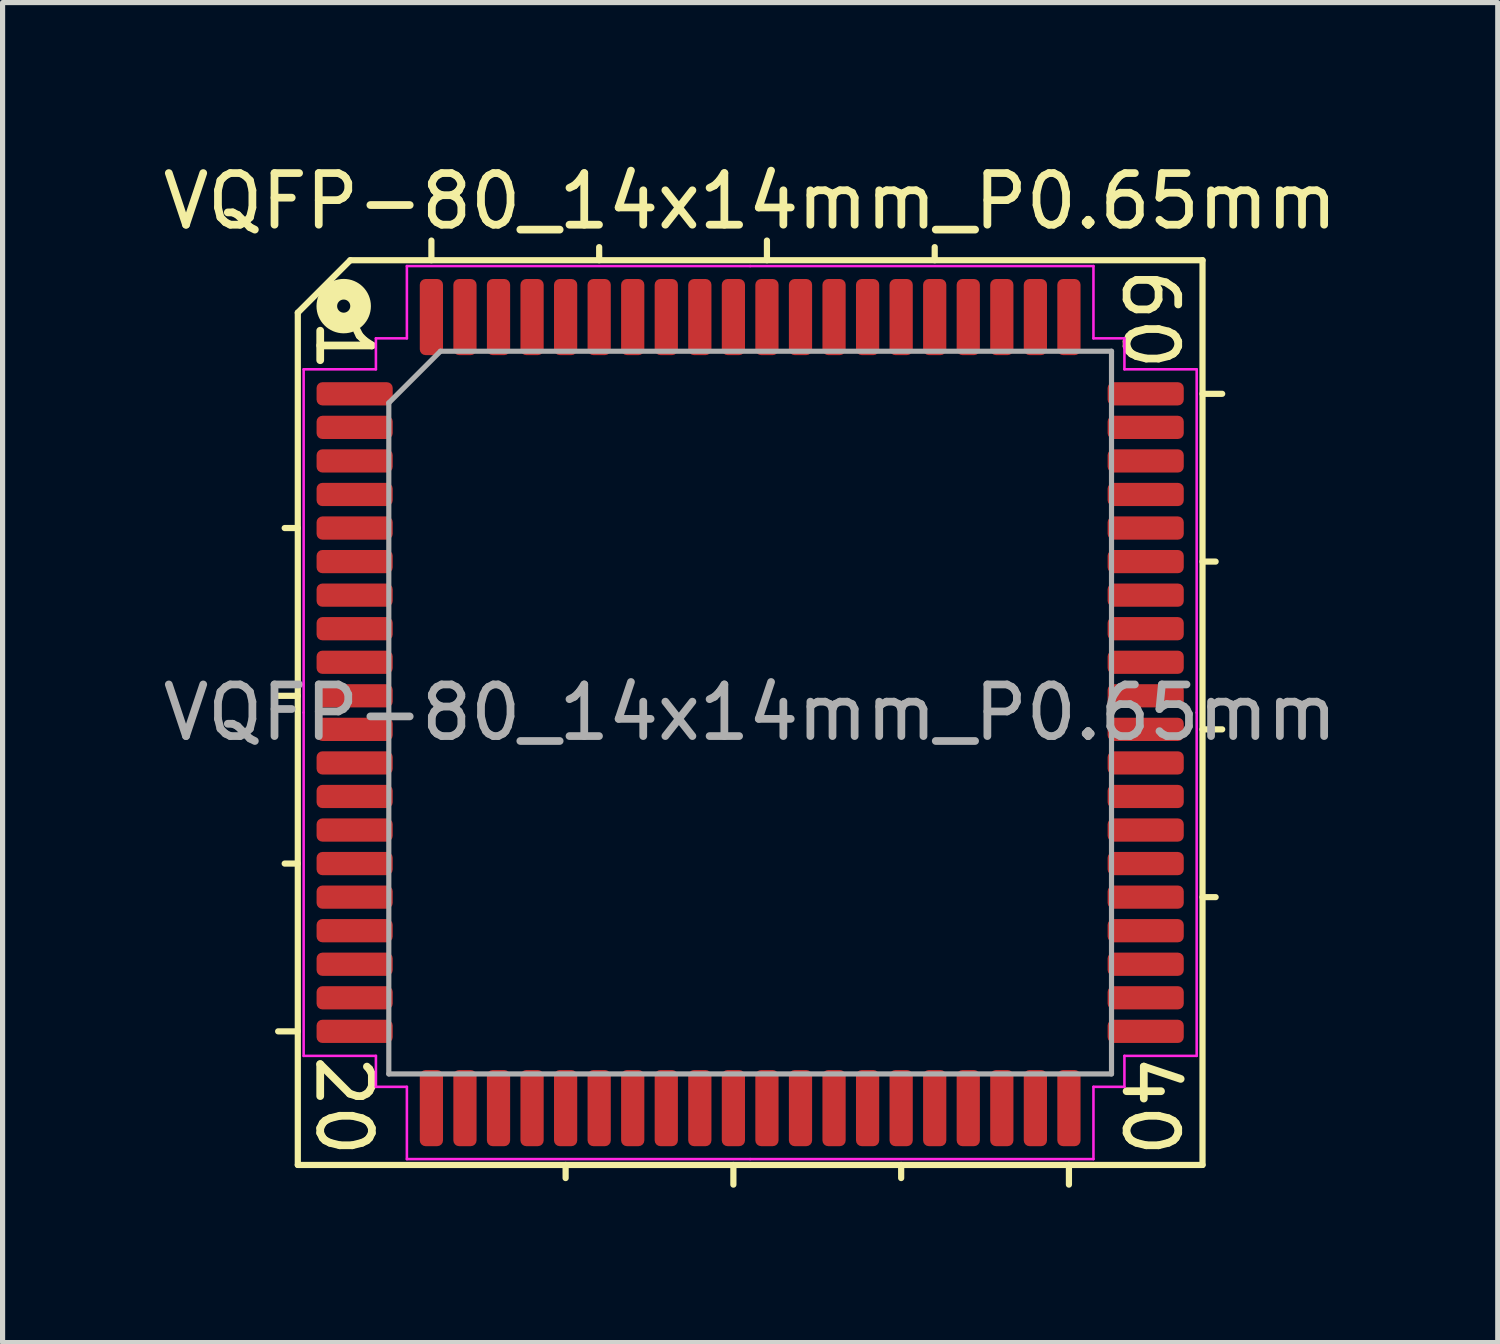
<source format=kicad_pcb>
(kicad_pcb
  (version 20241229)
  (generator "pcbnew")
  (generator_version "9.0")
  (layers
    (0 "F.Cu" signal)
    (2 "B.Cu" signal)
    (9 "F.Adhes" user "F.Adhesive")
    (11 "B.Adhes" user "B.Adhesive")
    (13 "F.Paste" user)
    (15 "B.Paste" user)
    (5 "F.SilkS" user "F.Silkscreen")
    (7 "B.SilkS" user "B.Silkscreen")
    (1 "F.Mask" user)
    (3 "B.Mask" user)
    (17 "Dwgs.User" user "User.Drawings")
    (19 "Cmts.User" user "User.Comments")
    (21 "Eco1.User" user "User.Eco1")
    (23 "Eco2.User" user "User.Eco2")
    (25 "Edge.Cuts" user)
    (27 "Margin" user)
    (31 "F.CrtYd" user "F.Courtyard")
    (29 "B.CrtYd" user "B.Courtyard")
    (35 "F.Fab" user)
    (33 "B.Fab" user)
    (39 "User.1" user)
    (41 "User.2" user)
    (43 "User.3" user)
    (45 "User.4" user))
  (footprint "VQFP-80_14x14mm_P0.65mm"
    (layer "F.Cu")
    (at 11.482 10.754)
    (property "Reference" "VQFP-80_14x14mm_P0.65mm" (at 0 -9.906 0) (layer "F.SilkS") (effects (font (size 1 1) (thickness 0.15))))
    (attr smd)
    (fp_line (start -8.763 -7.747) (end -8.763 8.763) (stroke (width 0.12) (type solid)) (layer "F.SilkS"))
    (fp_line (start -8.763 -3.575) (end -9.017 -3.575) (stroke (width 0.12) (type solid)) (layer "F.SilkS"))
    (fp_line (start -8.763 -0.325) (end -9.144 -0.325) (stroke (width 0.12) (type solid)) (layer "F.SilkS"))
    (fp_line (start -8.763 2.925) (end -9.017 2.925) (stroke (width 0.12) (type solid)) (layer "F.SilkS"))
    (fp_line (start -8.763 6.175) (end -9.144 6.175) (stroke (width 0.12) (type solid)) (layer "F.SilkS"))
    (fp_line (start -8.763 8.763) (end 8.763 8.763) (stroke (width 0.12) (type solid)) (layer "F.SilkS"))
    (fp_line (start -7.747 -8.763) (end -8.763 -7.747) (stroke (width 0.12) (type solid)) (layer "F.SilkS"))
    (fp_line (start -6.175 -8.763) (end -6.175 -9.144) (stroke (width 0.12) (type solid)) (layer "F.SilkS"))
    (fp_line (start -3.575 8.763) (end -3.575 9.017) (stroke (width 0.12) (type solid)) (layer "F.SilkS"))
    (fp_line (start -2.925 -8.763) (end -2.925 -9.017) (stroke (width 0.12) (type solid)) (layer "F.SilkS"))
    (fp_line (start -0.325 8.763) (end -0.325 9.144) (stroke (width 0.12) (type solid)) (layer "F.SilkS"))
    (fp_line (start 0.325 -8.763) (end 0.325 -9.144) (stroke (width 0.12) (type solid)) (layer "F.SilkS"))
    (fp_line (start 2.925 8.763) (end 2.925 9.017) (stroke (width 0.12) (type solid)) (layer "F.SilkS"))
    (fp_line (start 3.575 -8.763) (end 3.575 -9.017) (stroke (width 0.12) (type solid)) (layer "F.SilkS"))
    (fp_line (start 6.175 8.763) (end 6.175 9.144) (stroke (width 0.12) (type solid)) (layer "F.SilkS"))
    (fp_line (start 8.763 -8.763) (end -7.747 -8.763) (stroke (width 0.12) (type solid)) (layer "F.SilkS"))
    (fp_line (start 8.763 -6.175) (end 9.144 -6.175) (stroke (width 0.12) (type solid)) (layer "F.SilkS"))
    (fp_line (start 8.763 -2.925) (end 9.017 -2.925) (stroke (width 0.12) (type solid)) (layer "F.SilkS"))
    (fp_line (start 8.763 0.325) (end 9.144 0.325) (stroke (width 0.12) (type solid)) (layer "F.SilkS"))
    (fp_line (start 8.763 3.575) (end 9.017 3.575) (stroke (width 0.12) (type solid)) (layer "F.SilkS"))
    (fp_line (start 8.763 8.763) (end 8.763 -8.763) (stroke (width 0.12) (type solid)) (layer "F.SilkS"))
    (fp_circle (center -7.874 -7.874) (end -7.747 -7.874) (stroke (width 0.4) (type solid)) (fill no) (layer "F.SilkS"))
    (fp_line (start -8.65 -6.65) (end -8.65 0) (stroke (width 0.05) (type solid)) (layer "F.CrtYd"))
    (fp_line (start -8.65 6.65) (end -8.65 0) (stroke (width 0.05) (type solid)) (layer "F.CrtYd"))
    (fp_line (start -7.25 -7.25) (end -7.25 -6.65) (stroke (width 0.05) (type solid)) (layer "F.CrtYd"))
    (fp_line (start -7.25 -6.65) (end -8.65 -6.65) (stroke (width 0.05) (type solid)) (layer "F.CrtYd"))
    (fp_line (start -7.25 6.65) (end -8.65 6.65) (stroke (width 0.05) (type solid)) (layer "F.CrtYd"))
    (fp_line (start -7.25 7.25) (end -7.25 6.65) (stroke (width 0.05) (type solid)) (layer "F.CrtYd"))
    (fp_line (start -6.65 -8.65) (end -6.65 -7.25) (stroke (width 0.05) (type solid)) (layer "F.CrtYd"))
    (fp_line (start -6.65 -7.25) (end -7.25 -7.25) (stroke (width 0.05) (type solid)) (layer "F.CrtYd"))
    (fp_line (start -6.65 7.25) (end -7.25 7.25) (stroke (width 0.05) (type solid)) (layer "F.CrtYd"))
    (fp_line (start -6.65 8.65) (end -6.65 7.25) (stroke (width 0.05) (type solid)) (layer "F.CrtYd"))
    (fp_line (start 0 -8.65) (end -6.65 -8.65) (stroke (width 0.05) (type solid)) (layer "F.CrtYd"))
    (fp_line (start 0 -8.65) (end 6.65 -8.65) (stroke (width 0.05) (type solid)) (layer "F.CrtYd"))
    (fp_line (start 0 8.65) (end -6.65 8.65) (stroke (width 0.05) (type solid)) (layer "F.CrtYd"))
    (fp_line (start 0 8.65) (end 6.65 8.65) (stroke (width 0.05) (type solid)) (layer "F.CrtYd"))
    (fp_line (start 6.65 -8.65) (end 6.65 -7.25) (stroke (width 0.05) (type solid)) (layer "F.CrtYd"))
    (fp_line (start 6.65 -7.25) (end 7.25 -7.25) (stroke (width 0.05) (type solid)) (layer "F.CrtYd"))
    (fp_line (start 6.65 7.25) (end 7.25 7.25) (stroke (width 0.05) (type solid)) (layer "F.CrtYd"))
    (fp_line (start 6.65 8.65) (end 6.65 7.25) (stroke (width 0.05) (type solid)) (layer "F.CrtYd"))
    (fp_line (start 7.25 -7.25) (end 7.25 -6.65) (stroke (width 0.05) (type solid)) (layer "F.CrtYd"))
    (fp_line (start 7.25 -6.65) (end 8.65 -6.65) (stroke (width 0.05) (type solid)) (layer "F.CrtYd"))
    (fp_line (start 7.25 6.65) (end 8.65 6.65) (stroke (width 0.05) (type solid)) (layer "F.CrtYd"))
    (fp_line (start 7.25 7.25) (end 7.25 6.65) (stroke (width 0.05) (type solid)) (layer "F.CrtYd"))
    (fp_line (start 8.65 -6.65) (end 8.65 0) (stroke (width 0.05) (type solid)) (layer "F.CrtYd"))
    (fp_line (start 8.65 6.65) (end 8.65 0) (stroke (width 0.05) (type solid)) (layer "F.CrtYd"))
    (fp_line (start -7 -6) (end -6 -7) (stroke (width 0.1) (type solid)) (layer "F.Fab"))
    (fp_line (start -7 7) (end -7 -6) (stroke (width 0.1) (type solid)) (layer "F.Fab"))
    (fp_line (start -6 -7) (end 7 -7) (stroke (width 0.1) (type solid)) (layer "F.Fab"))
    (fp_line (start 7 -7) (end 7 7) (stroke (width 0.1) (type solid)) (layer "F.Fab"))
    (fp_line (start 7 7) (end -7 7) (stroke (width 0.1) (type solid)) (layer "F.Fab"))
    (fp_text user "20" (at -7.874 7.62 270) (unlocked yes) (layer "F.SilkS") (effects (font (size 1 1) (thickness 0.15))))
    (fp_text user "1" (at -7.874 -7.112 270) (unlocked yes) (layer "F.SilkS") (effects (font (size 1 1) (thickness 0.15))))
    (fp_text user "60" (at 7.747 -7.62 270) (unlocked yes) (layer "F.SilkS") (effects (font (size 1 1) (thickness 0.15))))
    (fp_text user "40" (at 7.747 7.62 270) (unlocked yes) (layer "F.SilkS") (effects (font (size 1 1) (thickness 0.15))))
    (fp_text user "${REFERENCE}" (at 0 0 0) (layer "F.Fab") (effects (font (size 1 1) (thickness 0.15))))
    (pad "1" smd roundrect (at -7.662 -6.175) (size 1.475 0.45) (layers "F.Cu" "F.Mask" "F.Paste") (roundrect_rratio 0.25))
    (pad "2" smd roundrect (at -7.662 -5.525) (size 1.475 0.45) (layers "F.Cu" "F.Mask" "F.Paste") (roundrect_rratio 0.25))
    (pad "3" smd roundrect (at -7.662 -4.875) (size 1.475 0.45) (layers "F.Cu" "F.Mask" "F.Paste") (roundrect_rratio 0.25))
    (pad "4" smd roundrect (at -7.662 -4.225) (size 1.475 0.45) (layers "F.Cu" "F.Mask" "F.Paste") (roundrect_rratio 0.25))
    (pad "5" smd roundrect (at -7.662 -3.575) (size 1.475 0.45) (layers "F.Cu" "F.Mask" "F.Paste") (roundrect_rratio 0.25))
    (pad "6" smd roundrect (at -7.662 -2.925) (size 1.475 0.45) (layers "F.Cu" "F.Mask" "F.Paste") (roundrect_rratio 0.25))
    (pad "7" smd roundrect (at -7.662 -2.275) (size 1.475 0.45) (layers "F.Cu" "F.Mask" "F.Paste") (roundrect_rratio 0.25))
    (pad "8" smd roundrect (at -7.662 -1.625) (size 1.475 0.45) (layers "F.Cu" "F.Mask" "F.Paste") (roundrect_rratio 0.25))
    (pad "9" smd roundrect (at -7.662 -0.975) (size 1.475 0.45) (layers "F.Cu" "F.Mask" "F.Paste") (roundrect_rratio 0.25))
    (pad "10" smd roundrect (at -7.662 -0.325) (size 1.475 0.45) (layers "F.Cu" "F.Mask" "F.Paste") (roundrect_rratio 0.25))
    (pad "11" smd roundrect (at -7.662 0.325) (size 1.475 0.45) (layers "F.Cu" "F.Mask" "F.Paste") (roundrect_rratio 0.25))
    (pad "12" smd roundrect (at -7.662 0.975) (size 1.475 0.45) (layers "F.Cu" "F.Mask" "F.Paste") (roundrect_rratio 0.25))
    (pad "13" smd roundrect (at -7.662 1.625) (size 1.475 0.45) (layers "F.Cu" "F.Mask" "F.Paste") (roundrect_rratio 0.25))
    (pad "14" smd roundrect (at -7.662 2.275) (size 1.475 0.45) (layers "F.Cu" "F.Mask" "F.Paste") (roundrect_rratio 0.25))
    (pad "15" smd roundrect (at -7.662 2.925) (size 1.475 0.45) (layers "F.Cu" "F.Mask" "F.Paste") (roundrect_rratio 0.25))
    (pad "16" smd roundrect (at -7.662 3.575) (size 1.475 0.45) (layers "F.Cu" "F.Mask" "F.Paste") (roundrect_rratio 0.25))
    (pad "17" smd roundrect (at -7.662 4.225) (size 1.475 0.45) (layers "F.Cu" "F.Mask" "F.Paste") (roundrect_rratio 0.25))
    (pad "18" smd roundrect (at -7.662 4.875) (size 1.475 0.45) (layers "F.Cu" "F.Mask" "F.Paste") (roundrect_rratio 0.25))
    (pad "19" smd roundrect (at -7.662 5.525) (size 1.475 0.45) (layers "F.Cu" "F.Mask" "F.Paste") (roundrect_rratio 0.25))
    (pad "20" smd roundrect (at -7.662 6.175) (size 1.475 0.45) (layers "F.Cu" "F.Mask" "F.Paste") (roundrect_rratio 0.25))
    (pad "21" smd roundrect (at -6.175 7.662) (size 0.45 1.475) (layers "F.Cu" "F.Mask" "F.Paste") (roundrect_rratio 0.25))
    (pad "22" smd roundrect (at -5.525 7.662) (size 0.45 1.475) (layers "F.Cu" "F.Mask" "F.Paste") (roundrect_rratio 0.25))
    (pad "23" smd roundrect (at -4.875 7.662) (size 0.45 1.475) (layers "F.Cu" "F.Mask" "F.Paste") (roundrect_rratio 0.25))
    (pad "24" smd roundrect (at -4.225 7.662) (size 0.45 1.475) (layers "F.Cu" "F.Mask" "F.Paste") (roundrect_rratio 0.25))
    (pad "25" smd roundrect (at -3.575 7.662) (size 0.45 1.475) (layers "F.Cu" "F.Mask" "F.Paste") (roundrect_rratio 0.25))
    (pad "26" smd roundrect (at -2.925 7.662) (size 0.45 1.475) (layers "F.Cu" "F.Mask" "F.Paste") (roundrect_rratio 0.25))
    (pad "27" smd roundrect (at -2.275 7.662) (size 0.45 1.475) (layers "F.Cu" "F.Mask" "F.Paste") (roundrect_rratio 0.25))
    (pad "28" smd roundrect (at -1.625 7.662) (size 0.45 1.475) (layers "F.Cu" "F.Mask" "F.Paste") (roundrect_rratio 0.25))
    (pad "29" smd roundrect (at -0.975 7.662) (size 0.45 1.475) (layers "F.Cu" "F.Mask" "F.Paste") (roundrect_rratio 0.25))
    (pad "30" smd roundrect (at -0.325 7.662) (size 0.45 1.475) (layers "F.Cu" "F.Mask" "F.Paste") (roundrect_rratio 0.25))
    (pad "31" smd roundrect (at 0.325 7.662) (size 0.45 1.475) (layers "F.Cu" "F.Mask" "F.Paste") (roundrect_rratio 0.25))
    (pad "32" smd roundrect (at 0.975 7.662) (size 0.45 1.475) (layers "F.Cu" "F.Mask" "F.Paste") (roundrect_rratio 0.25))
    (pad "33" smd roundrect (at 1.625 7.662) (size 0.45 1.475) (layers "F.Cu" "F.Mask" "F.Paste") (roundrect_rratio 0.25))
    (pad "34" smd roundrect (at 2.275 7.662) (size 0.45 1.475) (layers "F.Cu" "F.Mask" "F.Paste") (roundrect_rratio 0.25))
    (pad "35" smd roundrect (at 2.925 7.662) (size 0.45 1.475) (layers "F.Cu" "F.Mask" "F.Paste") (roundrect_rratio 0.25))
    (pad "36" smd roundrect (at 3.575 7.662) (size 0.45 1.475) (layers "F.Cu" "F.Mask" "F.Paste") (roundrect_rratio 0.25))
    (pad "37" smd roundrect (at 4.225 7.662) (size 0.45 1.475) (layers "F.Cu" "F.Mask" "F.Paste") (roundrect_rratio 0.25))
    (pad "38" smd roundrect (at 4.875 7.662) (size 0.45 1.475) (layers "F.Cu" "F.Mask" "F.Paste") (roundrect_rratio 0.25))
    (pad "39" smd roundrect (at 5.525 7.662) (size 0.45 1.475) (layers "F.Cu" "F.Mask" "F.Paste") (roundrect_rratio 0.25))
    (pad "40" smd roundrect (at 6.175 7.662) (size 0.45 1.475) (layers "F.Cu" "F.Mask" "F.Paste") (roundrect_rratio 0.25))
    (pad "41" smd roundrect (at 7.662 6.175) (size 1.475 0.45) (layers "F.Cu" "F.Mask" "F.Paste") (roundrect_rratio 0.25))
    (pad "42" smd roundrect (at 7.662 5.525) (size 1.475 0.45) (layers "F.Cu" "F.Mask" "F.Paste") (roundrect_rratio 0.25))
    (pad "43" smd roundrect (at 7.662 4.875) (size 1.475 0.45) (layers "F.Cu" "F.Mask" "F.Paste") (roundrect_rratio 0.25))
    (pad "44" smd roundrect (at 7.662 4.225) (size 1.475 0.45) (layers "F.Cu" "F.Mask" "F.Paste") (roundrect_rratio 0.25))
    (pad "45" smd roundrect (at 7.662 3.575) (size 1.475 0.45) (layers "F.Cu" "F.Mask" "F.Paste") (roundrect_rratio 0.25))
    (pad "46" smd roundrect (at 7.662 2.925) (size 1.475 0.45) (layers "F.Cu" "F.Mask" "F.Paste") (roundrect_rratio 0.25))
    (pad "47" smd roundrect (at 7.662 2.275) (size 1.475 0.45) (layers "F.Cu" "F.Mask" "F.Paste") (roundrect_rratio 0.25))
    (pad "48" smd roundrect (at 7.662 1.625) (size 1.475 0.45) (layers "F.Cu" "F.Mask" "F.Paste") (roundrect_rratio 0.25))
    (pad "49" smd roundrect (at 7.662 0.975) (size 1.475 0.45) (layers "F.Cu" "F.Mask" "F.Paste") (roundrect_rratio 0.25))
    (pad "50" smd roundrect (at 7.662 0.325) (size 1.475 0.45) (layers "F.Cu" "F.Mask" "F.Paste") (roundrect_rratio 0.25))
    (pad "51" smd roundrect (at 7.662 -0.325) (size 1.475 0.45) (layers "F.Cu" "F.Mask" "F.Paste") (roundrect_rratio 0.25))
    (pad "52" smd roundrect (at 7.662 -0.975) (size 1.475 0.45) (layers "F.Cu" "F.Mask" "F.Paste") (roundrect_rratio 0.25))
    (pad "53" smd roundrect (at 7.662 -1.625) (size 1.475 0.45) (layers "F.Cu" "F.Mask" "F.Paste") (roundrect_rratio 0.25))
    (pad "54" smd roundrect (at 7.662 -2.275) (size 1.475 0.45) (layers "F.Cu" "F.Mask" "F.Paste") (roundrect_rratio 0.25))
    (pad "55" smd roundrect (at 7.662 -2.925) (size 1.475 0.45) (layers "F.Cu" "F.Mask" "F.Paste") (roundrect_rratio 0.25))
    (pad "56" smd roundrect (at 7.662 -3.575) (size 1.475 0.45) (layers "F.Cu" "F.Mask" "F.Paste") (roundrect_rratio 0.25))
    (pad "57" smd roundrect (at 7.662 -4.225) (size 1.475 0.45) (layers "F.Cu" "F.Mask" "F.Paste") (roundrect_rratio 0.25))
    (pad "58" smd roundrect (at 7.662 -4.875) (size 1.475 0.45) (layers "F.Cu" "F.Mask" "F.Paste") (roundrect_rratio 0.25))
    (pad "59" smd roundrect (at 7.662 -5.525) (size 1.475 0.45) (layers "F.Cu" "F.Mask" "F.Paste") (roundrect_rratio 0.25))
    (pad "60" smd roundrect (at 7.662 -6.175) (size 1.475 0.45) (layers "F.Cu" "F.Mask" "F.Paste") (roundrect_rratio 0.25))
    (pad "61" smd roundrect (at 6.175 -7.662) (size 0.45 1.475) (layers "F.Cu" "F.Mask" "F.Paste") (roundrect_rratio 0.25))
    (pad "62" smd roundrect (at 5.525 -7.662) (size 0.45 1.475) (layers "F.Cu" "F.Mask" "F.Paste") (roundrect_rratio 0.25))
    (pad "63" smd roundrect (at 4.875 -7.662) (size 0.45 1.475) (layers "F.Cu" "F.Mask" "F.Paste") (roundrect_rratio 0.25))
    (pad "64" smd roundrect (at 4.225 -7.662) (size 0.45 1.475) (layers "F.Cu" "F.Mask" "F.Paste") (roundrect_rratio 0.25))
    (pad "65" smd roundrect (at 3.575 -7.662) (size 0.45 1.475) (layers "F.Cu" "F.Mask" "F.Paste") (roundrect_rratio 0.25))
    (pad "66" smd roundrect (at 2.925 -7.662) (size 0.45 1.475) (layers "F.Cu" "F.Mask" "F.Paste") (roundrect_rratio 0.25))
    (pad "67" smd roundrect (at 2.275 -7.662) (size 0.45 1.475) (layers "F.Cu" "F.Mask" "F.Paste") (roundrect_rratio 0.25))
    (pad "68" smd roundrect (at 1.625 -7.662) (size 0.45 1.475) (layers "F.Cu" "F.Mask" "F.Paste") (roundrect_rratio 0.25))
    (pad "69" smd roundrect (at 0.975 -7.662) (size 0.45 1.475) (layers "F.Cu" "F.Mask" "F.Paste") (roundrect_rratio 0.25))
    (pad "70" smd roundrect (at 0.325 -7.662) (size 0.45 1.475) (layers "F.Cu" "F.Mask" "F.Paste") (roundrect_rratio 0.25))
    (pad "71" smd roundrect (at -0.325 -7.662) (size 0.45 1.475) (layers "F.Cu" "F.Mask" "F.Paste") (roundrect_rratio 0.25))
    (pad "72" smd roundrect (at -0.975 -7.662) (size 0.45 1.475) (layers "F.Cu" "F.Mask" "F.Paste") (roundrect_rratio 0.25))
    (pad "73" smd roundrect (at -1.625 -7.662) (size 0.45 1.475) (layers "F.Cu" "F.Mask" "F.Paste") (roundrect_rratio 0.25))
    (pad "74" smd roundrect (at -2.275 -7.662) (size 0.45 1.475) (layers "F.Cu" "F.Mask" "F.Paste") (roundrect_rratio 0.25))
    (pad "75" smd roundrect (at -2.925 -7.662) (size 0.45 1.475) (layers "F.Cu" "F.Mask" "F.Paste") (roundrect_rratio 0.25))
    (pad "76" smd roundrect (at -3.575 -7.662) (size 0.45 1.475) (layers "F.Cu" "F.Mask" "F.Paste") (roundrect_rratio 0.25))
    (pad "77" smd roundrect (at -4.225 -7.662) (size 0.45 1.475) (layers "F.Cu" "F.Mask" "F.Paste") (roundrect_rratio 0.25))
    (pad "78" smd roundrect (at -4.875 -7.662) (size 0.45 1.475) (layers "F.Cu" "F.Mask" "F.Paste") (roundrect_rratio 0.25))
    (pad "79" smd roundrect (at -5.525 -7.662) (size 0.45 1.475) (layers "F.Cu" "F.Mask" "F.Paste") (roundrect_rratio 0.25))
    (pad "80" smd roundrect (at -6.175 -7.662) (size 0.45 1.475) (layers "F.Cu" "F.Mask" "F.Paste") (roundrect_rratio 0.25)))
  (gr_rect
    (start -3 -3)
    (end 25.964 22.958)
    (stroke (width 0.1) (type default))
    (fill no)
    (layer "Edge.Cuts")))
</source>
